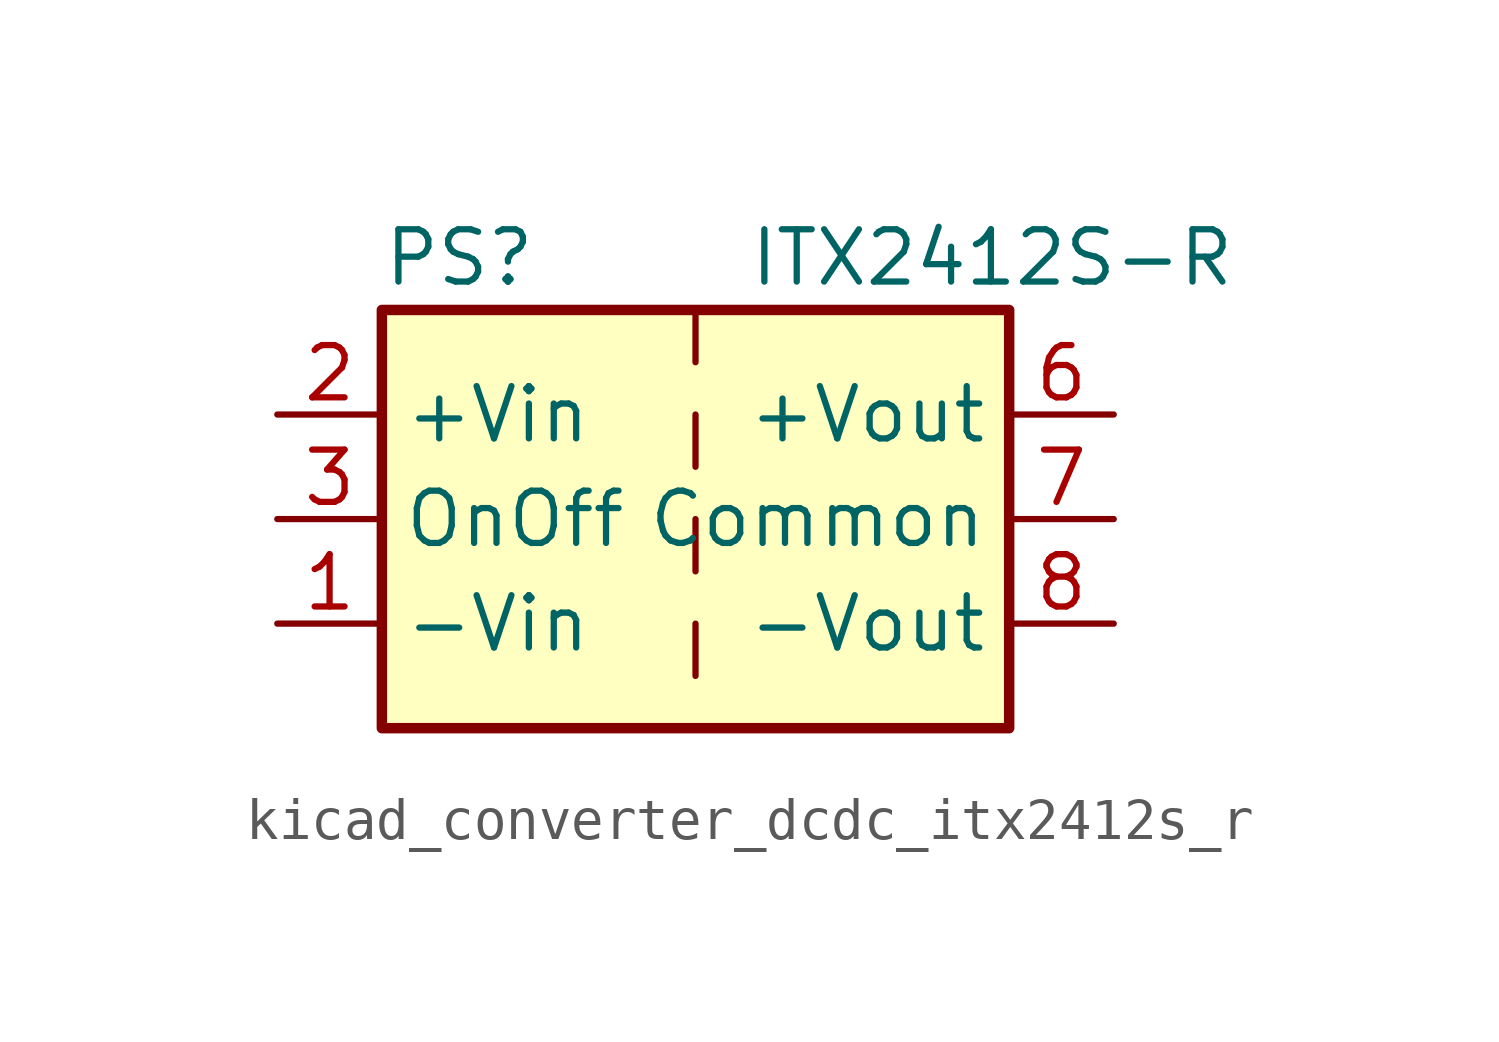
<source format=kicad_sym>
(kicad_symbol_lib
  (version 20220914)
  (generator kicad_symbol_editor)
  (symbol "kicad_converter_dcdc_itx2412s_r"
    (property "Reference" "PS"
      (at -7.62 6.35 0)
      (effects (font (size 1.27 1.27)) (justify left)))
    (property "Value" "ITX2412S-R"
      (at 1.27 6.35 0)
      (effects (font (size 1.27 1.27)) (justify left)))
    (symbol "kicad_converter_dcdc_itx2412s_r_0_0"
      (pin power_in line (at -10.16 -2.54 0) (length 2.54) (name "-Vin" (effects (font (size 1.27 1.27)))) (number "1" (effects (font (size 1.27 1.27)))))
      (pin power_in line (at -10.16 2.54 0) (length 2.54) (name "+Vin" (effects (font (size 1.27 1.27)))) (number "2" (effects (font (size 1.27 1.27)))))
      (pin input line (at -10.16 0 0) (length 2.54) (name "OnOff" (effects (font (size 1.27 1.27)))) (number "3" (effects (font (size 1.27 1.27)))))
      (pin no_connect line (at 0 5.08 270) (length 2.54) hide (name "NC" (effects (font (size 1.27 1.27)))) (number "5" (effects (font (size 1.27 1.27)))))
      (pin power_out line (at 10.16 2.54 180) (length 2.54) (name "+Vout" (effects (font (size 1.27 1.27)))) (number "6" (effects (font (size 1.27 1.27)))))
      (pin power_out line (at 10.16 0 180) (length 2.54) (name "Common" (effects (font (size 1.27 1.27)))) (number "7" (effects (font (size 1.27 1.27)))))
      (pin power_out line (at 10.16 -2.54 180) (length 2.54) (name "-Vout" (effects (font (size 1.27 1.27)))) (number "8" (effects (font (size 1.27 1.27))))))
    (symbol "kicad_converter_dcdc_itx2412s_r_0_1"
      (rectangle (start -7.62 5.08) (end 7.62 -5.08) (stroke (width 0.254) (type default)) (fill (type background)))
      (polyline (pts (xy 0 -2.54) (xy 0 -3.81)) (stroke (width 0) (type default)) (fill (type none)))
      (polyline (pts (xy 0 0) (xy 0 -1.27)) (stroke (width 0) (type default)) (fill (type none)))
      (polyline (pts (xy 0 2.54) (xy 0 1.27)) (stroke (width 0) (type default)) (fill (type none)))
      (polyline (pts (xy 0 5.08) (xy 0 3.81)) (stroke (width 0) (type default)) (fill (type none))))))
</source>
